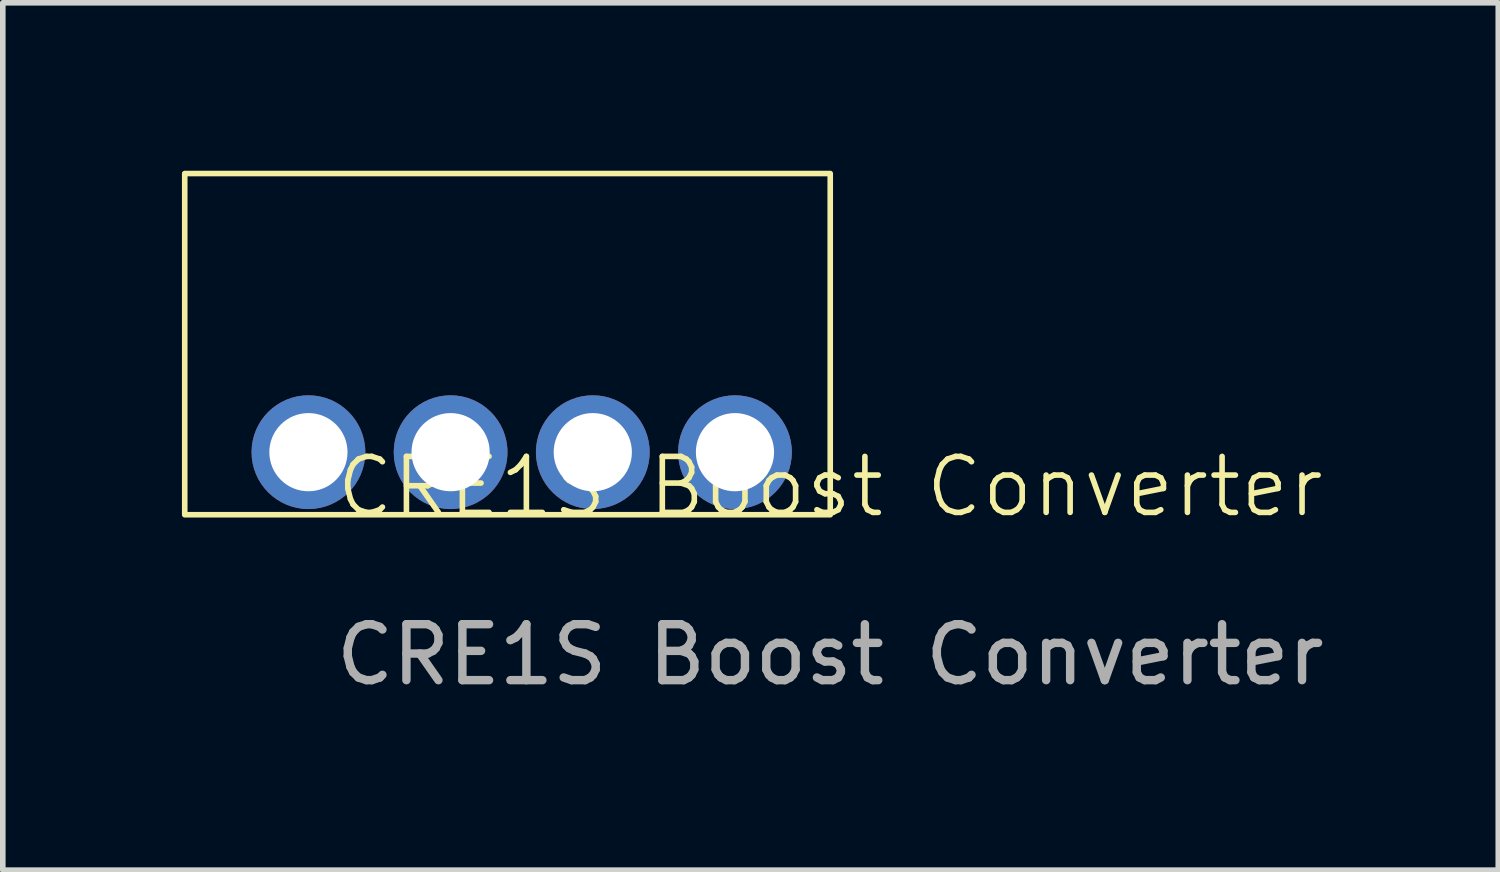
<source format=kicad_pcb>
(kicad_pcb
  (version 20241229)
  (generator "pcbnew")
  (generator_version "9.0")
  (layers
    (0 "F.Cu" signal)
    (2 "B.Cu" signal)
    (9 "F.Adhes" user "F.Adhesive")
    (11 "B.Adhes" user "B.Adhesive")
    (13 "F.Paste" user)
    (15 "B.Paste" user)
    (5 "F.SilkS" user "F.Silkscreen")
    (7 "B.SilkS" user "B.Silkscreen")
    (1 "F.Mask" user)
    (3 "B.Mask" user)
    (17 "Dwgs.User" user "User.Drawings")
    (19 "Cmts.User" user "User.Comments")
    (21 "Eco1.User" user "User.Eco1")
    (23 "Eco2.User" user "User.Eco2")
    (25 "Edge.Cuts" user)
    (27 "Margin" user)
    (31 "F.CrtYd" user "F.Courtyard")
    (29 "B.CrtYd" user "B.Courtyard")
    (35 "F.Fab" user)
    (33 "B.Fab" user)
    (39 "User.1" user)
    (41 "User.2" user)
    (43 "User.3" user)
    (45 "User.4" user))
  (footprint "CRE1S Boost Converter"
    (layer "F.Cu")
    (at 0.25 6.146)
    (property "Reference" "CRE1S Boost Converter" (at 11.532 -0.5 0) (unlocked yes) (layer "F.SilkS") (effects (font (size 1 1) (thickness 0.1))))
    (attr through_hole)
    (fp_rect (start 0 -6.096) (end 11.532 0) (stroke (width 0.1) (type default)) (fill no) (layer "F.SilkS"))
    (fp_text user "${REFERENCE}" (at 11.532 2.5 0) (unlocked yes) (layer "F.Fab") (effects (font (size 1 1) (thickness 0.15))))
    (pad "1" thru_hole circle (at 2.21 -1.118) (size 2.032 2.032) (drill 1.397) (layers "*.Cu" "*.Mask"))
    (pad "2" thru_hole circle (at 4.75 -1.118) (size 2.032 2.032) (drill 1.397) (layers "*.Cu" "*.Mask"))
    (pad "3" thru_hole circle (at 7.29 -1.118) (size 2.032 2.032) (drill 1.397) (layers "*.Cu" "*.Mask"))
    (pad "4" thru_hole circle (at 9.83 -1.118) (size 2.032 2.032) (drill 1.397) (layers "*.Cu" "*.Mask")))
  (gr_rect
    (start -3 -3)
    (end 23.716 12.494)
    (stroke (width 0.1) (type default))
    (fill no)
    (layer "Edge.Cuts")))
</source>
